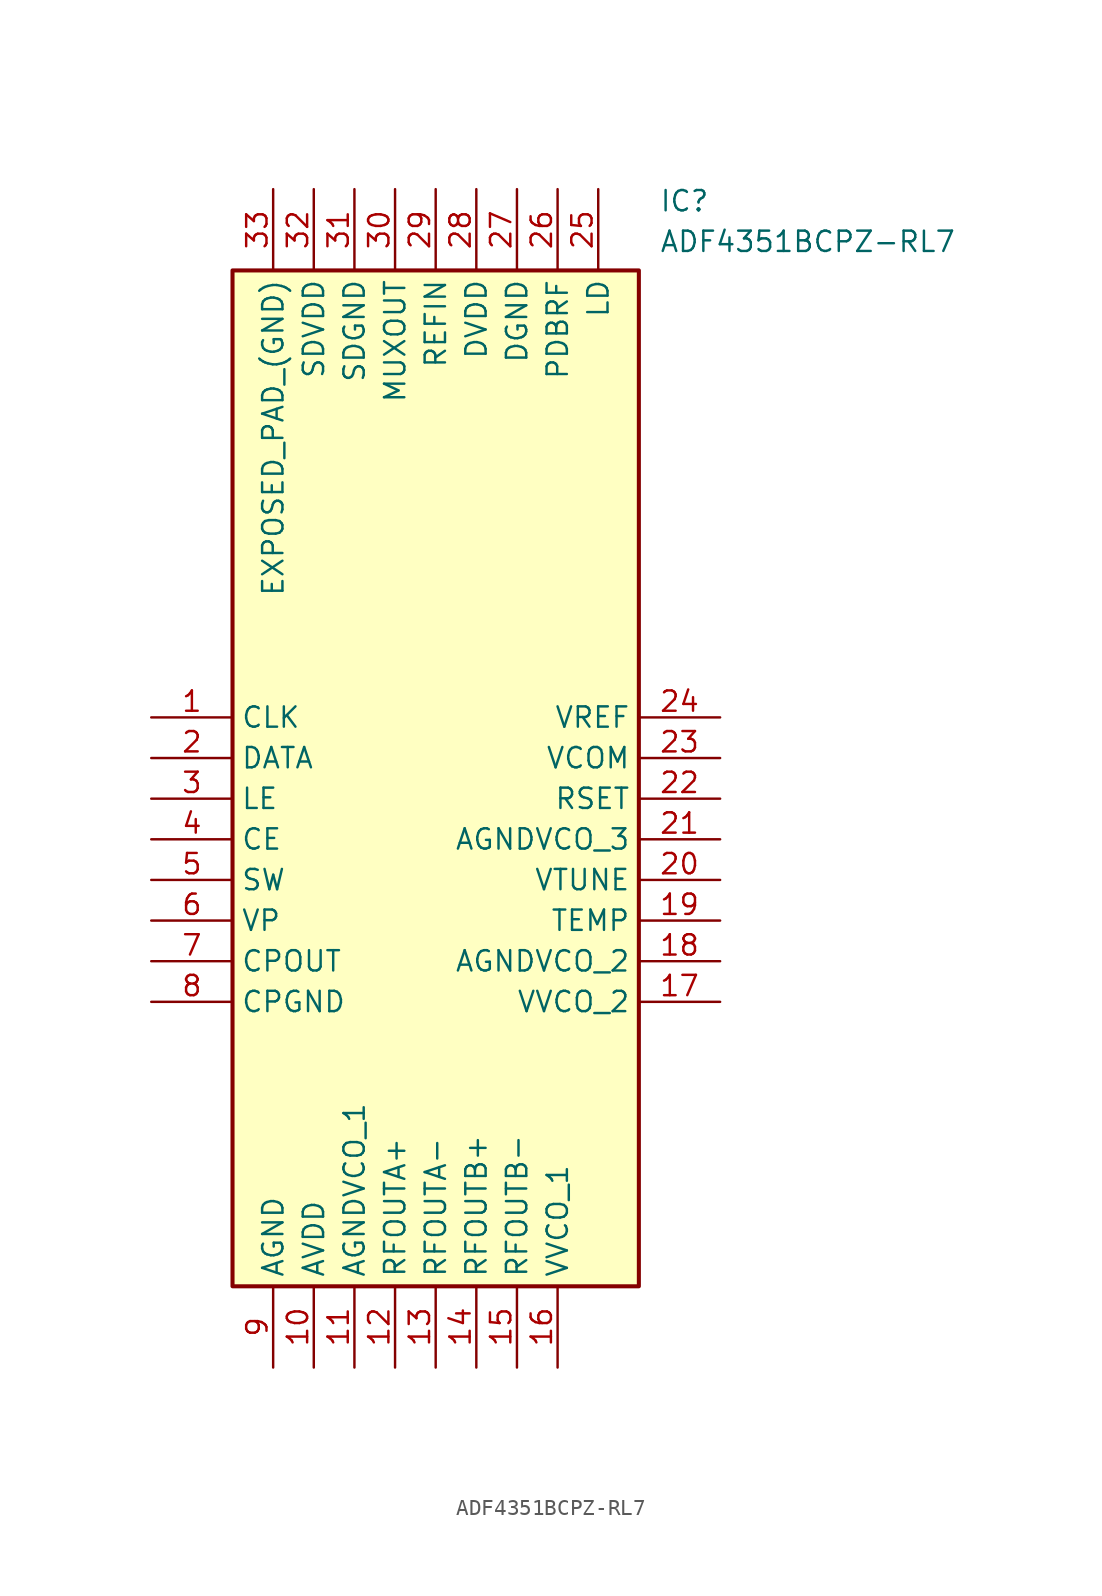
<source format=kicad_sym>
(kicad_symbol_lib
  (version 20211014)
  (generator SamacSys_ECAD_Model)
  (symbol "ADF4351BCPZ-RL7"
    (property "Reference" "IC"
      (at 31.75 33.02 0)
      (effects (font (size 1.27 1.27)) (justify left top)))
    (property "Value" "ADF4351BCPZ-RL7"
      (at 31.75 30.48 0)
      (effects (font (size 1.27 1.27)) (justify left top)))
    (rectangle
      (start 5.08 27.94)
      (end 30.48 -35.56)
      (stroke (width 0.254) (type default))
      (fill (type background)))
    (pin passive line
      (at 0 0 0)
      (length 5.08)
      (name "CLK" (effects (font (size 1.27 1.27))))
      (number "1" (effects (font (size 1.27 1.27)))))
    (pin passive line
      (at 0 -2.54 0)
      (length 5.08)
      (name "DATA" (effects (font (size 1.27 1.27))))
      (number "2" (effects (font (size 1.27 1.27)))))
    (pin passive line
      (at 0 -5.08 0)
      (length 5.08)
      (name "LE" (effects (font (size 1.27 1.27))))
      (number "3" (effects (font (size 1.27 1.27)))))
    (pin passive line
      (at 0 -7.62 0)
      (length 5.08)
      (name "CE" (effects (font (size 1.27 1.27))))
      (number "4" (effects (font (size 1.27 1.27)))))
    (pin passive line
      (at 0 -10.16 0)
      (length 5.08)
      (name "SW" (effects (font (size 1.27 1.27))))
      (number "5" (effects (font (size 1.27 1.27)))))
    (pin passive line
      (at 0 -12.7 0)
      (length 5.08)
      (name "VP" (effects (font (size 1.27 1.27))))
      (number "6" (effects (font (size 1.27 1.27)))))
    (pin passive line
      (at 0 -15.24 0)
      (length 5.08)
      (name "CPOUT" (effects (font (size 1.27 1.27))))
      (number "7" (effects (font (size 1.27 1.27)))))
    (pin passive line
      (at 0 -17.78 0)
      (length 5.08)
      (name "CPGND" (effects (font (size 1.27 1.27))))
      (number "8" (effects (font (size 1.27 1.27)))))
    (pin passive line
      (at 7.62 -40.64 90)
      (length 5.08)
      (name "AGND" (effects (font (size 1.27 1.27))))
      (number "9" (effects (font (size 1.27 1.27)))))
    (pin passive line
      (at 10.16 -40.64 90)
      (length 5.08)
      (name "AVDD" (effects (font (size 1.27 1.27))))
      (number "10" (effects (font (size 1.27 1.27)))))
    (pin passive line
      (at 12.7 -40.64 90)
      (length 5.08)
      (name "AGNDVCO_1" (effects (font (size 1.27 1.27))))
      (number "11" (effects (font (size 1.27 1.27)))))
    (pin passive line
      (at 15.24 -40.64 90)
      (length 5.08)
      (name "RFOUTA+" (effects (font (size 1.27 1.27))))
      (number "12" (effects (font (size 1.27 1.27)))))
    (pin passive line
      (at 17.78 -40.64 90)
      (length 5.08)
      (name "RFOUTA-" (effects (font (size 1.27 1.27))))
      (number "13" (effects (font (size 1.27 1.27)))))
    (pin passive line
      (at 20.32 -40.64 90)
      (length 5.08)
      (name "RFOUTB+" (effects (font (size 1.27 1.27))))
      (number "14" (effects (font (size 1.27 1.27)))))
    (pin passive line
      (at 22.86 -40.64 90)
      (length 5.08)
      (name "RFOUTB-" (effects (font (size 1.27 1.27))))
      (number "15" (effects (font (size 1.27 1.27)))))
    (pin passive line
      (at 25.4 -40.64 90)
      (length 5.08)
      (name "VVCO_1" (effects (font (size 1.27 1.27))))
      (number "16" (effects (font (size 1.27 1.27)))))
    (pin passive line
      (at 35.56 0 180)
      (length 5.08)
      (name "VREF" (effects (font (size 1.27 1.27))))
      (number "24" (effects (font (size 1.27 1.27)))))
    (pin passive line
      (at 35.56 -2.54 180)
      (length 5.08)
      (name "VCOM" (effects (font (size 1.27 1.27))))
      (number "23" (effects (font (size 1.27 1.27)))))
    (pin passive line
      (at 35.56 -5.08 180)
      (length 5.08)
      (name "RSET" (effects (font (size 1.27 1.27))))
      (number "22" (effects (font (size 1.27 1.27)))))
    (pin passive line
      (at 35.56 -7.62 180)
      (length 5.08)
      (name "AGNDVCO_3" (effects (font (size 1.27 1.27))))
      (number "21" (effects (font (size 1.27 1.27)))))
    (pin passive line
      (at 35.56 -10.16 180)
      (length 5.08)
      (name "VTUNE" (effects (font (size 1.27 1.27))))
      (number "20" (effects (font (size 1.27 1.27)))))
    (pin passive line
      (at 35.56 -12.7 180)
      (length 5.08)
      (name "TEMP" (effects (font (size 1.27 1.27))))
      (number "19" (effects (font (size 1.27 1.27)))))
    (pin passive line
      (at 35.56 -15.24 180)
      (length 5.08)
      (name "AGNDVCO_2" (effects (font (size 1.27 1.27))))
      (number "18" (effects (font (size 1.27 1.27)))))
    (pin passive line
      (at 35.56 -17.78 180)
      (length 5.08)
      (name "VVCO_2" (effects (font (size 1.27 1.27))))
      (number "17" (effects (font (size 1.27 1.27)))))
    (pin passive line
      (at 7.62 33.02 270)
      (length 5.08)
      (name "EXPOSED_PAD_(GND)" (effects (font (size 1.27 1.27))))
      (number "33" (effects (font (size 1.27 1.27)))))
    (pin passive line
      (at 10.16 33.02 270)
      (length 5.08)
      (name "SDVDD" (effects (font (size 1.27 1.27))))
      (number "32" (effects (font (size 1.27 1.27)))))
    (pin passive line
      (at 12.7 33.02 270)
      (length 5.08)
      (name "SDGND" (effects (font (size 1.27 1.27))))
      (number "31" (effects (font (size 1.27 1.27)))))
    (pin passive line
      (at 15.24 33.02 270)
      (length 5.08)
      (name "MUXOUT" (effects (font (size 1.27 1.27))))
      (number "30" (effects (font (size 1.27 1.27)))))
    (pin passive line
      (at 17.78 33.02 270)
      (length 5.08)
      (name "REFIN" (effects (font (size 1.27 1.27))))
      (number "29" (effects (font (size 1.27 1.27)))))
    (pin passive line
      (at 20.32 33.02 270)
      (length 5.08)
      (name "DVDD" (effects (font (size 1.27 1.27))))
      (number "28" (effects (font (size 1.27 1.27)))))
    (pin passive line
      (at 22.86 33.02 270)
      (length 5.08)
      (name "DGND" (effects (font (size 1.27 1.27))))
      (number "27" (effects (font (size 1.27 1.27)))))
    (pin passive line
      (at 25.4 33.02 270)
      (length 5.08)
      (name "PDBRF" (effects (font (size 1.27 1.27))))
      (number "26" (effects (font (size 1.27 1.27)))))
    (pin passive line
      (at 27.94 33.02 270)
      (length 5.08)
      (name "LD" (effects (font (size 1.27 1.27))))
      (number "25" (effects (font (size 1.27 1.27)))))))
</source>
